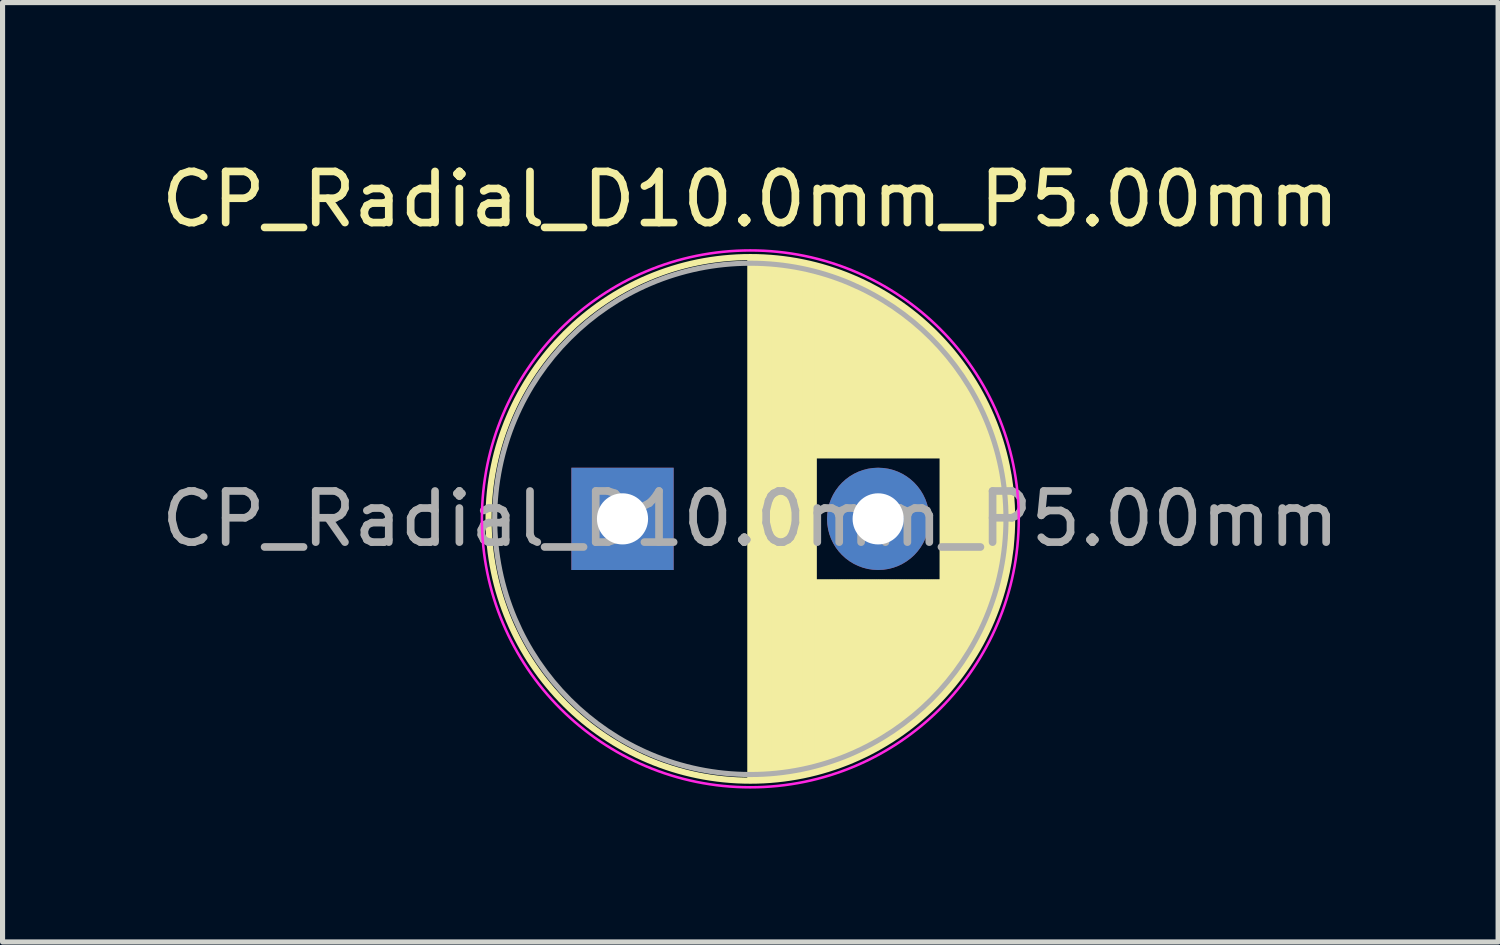
<source format=kicad_pcb>
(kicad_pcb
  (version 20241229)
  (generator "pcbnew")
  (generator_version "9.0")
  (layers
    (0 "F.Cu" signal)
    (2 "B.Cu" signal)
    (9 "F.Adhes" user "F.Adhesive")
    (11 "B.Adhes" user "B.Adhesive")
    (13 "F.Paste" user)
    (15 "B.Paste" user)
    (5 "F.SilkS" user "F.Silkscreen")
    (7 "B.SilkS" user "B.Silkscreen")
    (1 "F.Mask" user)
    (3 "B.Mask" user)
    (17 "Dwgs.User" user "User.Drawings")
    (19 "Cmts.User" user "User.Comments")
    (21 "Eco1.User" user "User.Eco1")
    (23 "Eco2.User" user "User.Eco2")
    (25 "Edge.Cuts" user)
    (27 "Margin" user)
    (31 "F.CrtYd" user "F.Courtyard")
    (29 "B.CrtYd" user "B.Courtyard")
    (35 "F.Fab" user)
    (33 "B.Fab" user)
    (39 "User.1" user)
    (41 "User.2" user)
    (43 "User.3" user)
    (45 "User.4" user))
  (footprint "CP_Radial_D10.0mm_P5.00mm"
    (layer "F.Cu")
    (at 9.125 7.098)
    (property "Reference" "CP_Radial_D10.0mm_P5.00mm" (at 2.5 -6.25 0) (layer "F.SilkS") (effects (font (size 1 1) (thickness 0.15))))
    (attr through_hole)
    (fp_line (start 2.5 -5.08) (end 2.5 5.08) (stroke (width 0.12) (type solid)) (layer "F.SilkS"))
    (fp_line (start 2.54 -5.08) (end 2.54 5.08) (stroke (width 0.12) (type solid)) (layer "F.SilkS"))
    (fp_line (start 2.58 -5.08) (end 2.58 5.08) (stroke (width 0.12) (type solid)) (layer "F.SilkS"))
    (fp_line (start 2.62 -5.079) (end 2.62 5.079) (stroke (width 0.12) (type solid)) (layer "F.SilkS"))
    (fp_line (start 2.66 -5.078) (end 2.66 5.078) (stroke (width 0.12) (type solid)) (layer "F.SilkS"))
    (fp_line (start 2.7 -5.077) (end 2.7 5.077) (stroke (width 0.12) (type solid)) (layer "F.SilkS"))
    (fp_line (start 2.74 -5.075) (end 2.74 5.075) (stroke (width 0.12) (type solid)) (layer "F.SilkS"))
    (fp_line (start 2.78 -5.073) (end 2.78 5.073) (stroke (width 0.12) (type solid)) (layer "F.SilkS"))
    (fp_line (start 2.82 -5.07) (end 2.82 5.07) (stroke (width 0.12) (type solid)) (layer "F.SilkS"))
    (fp_line (start 2.86 -5.068) (end 2.86 5.068) (stroke (width 0.12) (type solid)) (layer "F.SilkS"))
    (fp_line (start 2.9 -5.065) (end 2.9 5.065) (stroke (width 0.12) (type solid)) (layer "F.SilkS"))
    (fp_line (start 2.94 -5.062) (end 2.94 5.062) (stroke (width 0.12) (type solid)) (layer "F.SilkS"))
    (fp_line (start 2.98 -5.058) (end 2.98 5.058) (stroke (width 0.12) (type solid)) (layer "F.SilkS"))
    (fp_line (start 3.02 -5.054) (end 3.02 5.054) (stroke (width 0.12) (type solid)) (layer "F.SilkS"))
    (fp_line (start 3.06 -5.05) (end 3.06 5.05) (stroke (width 0.12) (type solid)) (layer "F.SilkS"))
    (fp_line (start 3.1 -5.045) (end 3.1 5.045) (stroke (width 0.12) (type solid)) (layer "F.SilkS"))
    (fp_line (start 3.14 -5.04) (end 3.14 5.04) (stroke (width 0.12) (type solid)) (layer "F.SilkS"))
    (fp_line (start 3.18 -5.035) (end 3.18 5.035) (stroke (width 0.12) (type solid)) (layer "F.SilkS"))
    (fp_line (start 3.221 -5.03) (end 3.221 5.03) (stroke (width 0.12) (type solid)) (layer "F.SilkS"))
    (fp_line (start 3.261 -5.024) (end 3.261 5.024) (stroke (width 0.12) (type solid)) (layer "F.SilkS"))
    (fp_line (start 3.301 -5.018) (end 3.301 5.018) (stroke (width 0.12) (type solid)) (layer "F.SilkS"))
    (fp_line (start 3.341 -5.011) (end 3.341 5.011) (stroke (width 0.12) (type solid)) (layer "F.SilkS"))
    (fp_line (start 3.381 -5.004) (end 3.381 5.004) (stroke (width 0.12) (type solid)) (layer "F.SilkS"))
    (fp_line (start 3.421 -4.997) (end 3.421 4.997) (stroke (width 0.12) (type solid)) (layer "F.SilkS"))
    (fp_line (start 3.461 -4.99) (end 3.461 4.99) (stroke (width 0.12) (type solid)) (layer "F.SilkS"))
    (fp_line (start 3.501 -4.982) (end 3.501 4.982) (stroke (width 0.12) (type solid)) (layer "F.SilkS"))
    (fp_line (start 3.541 -4.974) (end 3.541 4.974) (stroke (width 0.12) (type solid)) (layer "F.SilkS"))
    (fp_line (start 3.581 -4.965) (end 3.581 4.965) (stroke (width 0.12) (type solid)) (layer "F.SilkS"))
    (fp_line (start 3.621 -4.956) (end 3.621 4.956) (stroke (width 0.12) (type solid)) (layer "F.SilkS"))
    (fp_line (start 3.661 -4.947) (end 3.661 4.947) (stroke (width 0.12) (type solid)) (layer "F.SilkS"))
    (fp_line (start 3.701 -4.938) (end 3.701 4.938) (stroke (width 0.12) (type solid)) (layer "F.SilkS"))
    (fp_line (start 3.741 -4.928) (end 3.741 4.928) (stroke (width 0.12) (type solid)) (layer "F.SilkS"))
    (fp_line (start 3.781 -4.918) (end 3.781 -1.241) (stroke (width 0.12) (type solid)) (layer "F.SilkS"))
    (fp_line (start 3.781 1.241) (end 3.781 4.918) (stroke (width 0.12) (type solid)) (layer "F.SilkS"))
    (fp_line (start 3.821 -4.907) (end 3.821 -1.241) (stroke (width 0.12) (type solid)) (layer "F.SilkS"))
    (fp_line (start 3.821 1.241) (end 3.821 4.907) (stroke (width 0.12) (type solid)) (layer "F.SilkS"))
    (fp_line (start 3.861 -4.897) (end 3.861 -1.241) (stroke (width 0.12) (type solid)) (layer "F.SilkS"))
    (fp_line (start 3.861 1.241) (end 3.861 4.897) (stroke (width 0.12) (type solid)) (layer "F.SilkS"))
    (fp_line (start 3.901 -4.885) (end 3.901 -1.241) (stroke (width 0.12) (type solid)) (layer "F.SilkS"))
    (fp_line (start 3.901 1.241) (end 3.901 4.885) (stroke (width 0.12) (type solid)) (layer "F.SilkS"))
    (fp_line (start 3.941 -4.874) (end 3.941 -1.241) (stroke (width 0.12) (type solid)) (layer "F.SilkS"))
    (fp_line (start 3.941 1.241) (end 3.941 4.874) (stroke (width 0.12) (type solid)) (layer "F.SilkS"))
    (fp_line (start 3.981 -4.862) (end 3.981 -1.241) (stroke (width 0.12) (type solid)) (layer "F.SilkS"))
    (fp_line (start 3.981 1.241) (end 3.981 4.862) (stroke (width 0.12) (type solid)) (layer "F.SilkS"))
    (fp_line (start 4.021 -4.85) (end 4.021 -1.241) (stroke (width 0.12) (type solid)) (layer "F.SilkS"))
    (fp_line (start 4.021 1.241) (end 4.021 4.85) (stroke (width 0.12) (type solid)) (layer "F.SilkS"))
    (fp_line (start 4.061 -4.837) (end 4.061 -1.241) (stroke (width 0.12) (type solid)) (layer "F.SilkS"))
    (fp_line (start 4.061 1.241) (end 4.061 4.837) (stroke (width 0.12) (type solid)) (layer "F.SilkS"))
    (fp_line (start 4.101 -4.824) (end 4.101 -1.241) (stroke (width 0.12) (type solid)) (layer "F.SilkS"))
    (fp_line (start 4.101 1.241) (end 4.101 4.824) (stroke (width 0.12) (type solid)) (layer "F.SilkS"))
    (fp_line (start 4.141 -4.811) (end 4.141 -1.241) (stroke (width 0.12) (type solid)) (layer "F.SilkS"))
    (fp_line (start 4.141 1.241) (end 4.141 4.811) (stroke (width 0.12) (type solid)) (layer "F.SilkS"))
    (fp_line (start 4.181 -4.797) (end 4.181 -1.241) (stroke (width 0.12) (type solid)) (layer "F.SilkS"))
    (fp_line (start 4.181 1.241) (end 4.181 4.797) (stroke (width 0.12) (type solid)) (layer "F.SilkS"))
    (fp_line (start 4.221 -4.783) (end 4.221 -1.241) (stroke (width 0.12) (type solid)) (layer "F.SilkS"))
    (fp_line (start 4.221 1.241) (end 4.221 4.783) (stroke (width 0.12) (type solid)) (layer "F.SilkS"))
    (fp_line (start 4.261 -4.768) (end 4.261 -1.241) (stroke (width 0.12) (type solid)) (layer "F.SilkS"))
    (fp_line (start 4.261 1.241) (end 4.261 4.768) (stroke (width 0.12) (type solid)) (layer "F.SilkS"))
    (fp_line (start 4.301 -4.754) (end 4.301 -1.241) (stroke (width 0.12) (type solid)) (layer "F.SilkS"))
    (fp_line (start 4.301 1.241) (end 4.301 4.754) (stroke (width 0.12) (type solid)) (layer "F.SilkS"))
    (fp_line (start 4.341 -4.738) (end 4.341 -1.241) (stroke (width 0.12) (type solid)) (layer "F.SilkS"))
    (fp_line (start 4.341 1.241) (end 4.341 4.738) (stroke (width 0.12) (type solid)) (layer "F.SilkS"))
    (fp_line (start 4.381 -4.723) (end 4.381 -1.241) (stroke (width 0.12) (type solid)) (layer "F.SilkS"))
    (fp_line (start 4.381 1.241) (end 4.381 4.723) (stroke (width 0.12) (type solid)) (layer "F.SilkS"))
    (fp_line (start 4.421 -4.707) (end 4.421 -1.241) (stroke (width 0.12) (type solid)) (layer "F.SilkS"))
    (fp_line (start 4.421 1.241) (end 4.421 4.707) (stroke (width 0.12) (type solid)) (layer "F.SilkS"))
    (fp_line (start 4.461 -4.69) (end 4.461 -1.241) (stroke (width 0.12) (type solid)) (layer "F.SilkS"))
    (fp_line (start 4.461 1.241) (end 4.461 4.69) (stroke (width 0.12) (type solid)) (layer "F.SilkS"))
    (fp_line (start 4.501 -4.674) (end 4.501 -1.241) (stroke (width 0.12) (type solid)) (layer "F.SilkS"))
    (fp_line (start 4.501 1.241) (end 4.501 4.674) (stroke (width 0.12) (type solid)) (layer "F.SilkS"))
    (fp_line (start 4.541 -4.657) (end 4.541 -1.241) (stroke (width 0.12) (type solid)) (layer "F.SilkS"))
    (fp_line (start 4.541 1.241) (end 4.541 4.657) (stroke (width 0.12) (type solid)) (layer "F.SilkS"))
    (fp_line (start 4.581 -4.639) (end 4.581 -1.241) (stroke (width 0.12) (type solid)) (layer "F.SilkS"))
    (fp_line (start 4.581 1.241) (end 4.581 4.639) (stroke (width 0.12) (type solid)) (layer "F.SilkS"))
    (fp_line (start 4.621 -4.621) (end 4.621 -1.241) (stroke (width 0.12) (type solid)) (layer "F.SilkS"))
    (fp_line (start 4.621 1.241) (end 4.621 4.621) (stroke (width 0.12) (type solid)) (layer "F.SilkS"))
    (fp_line (start 4.661 -4.603) (end 4.661 -1.241) (stroke (width 0.12) (type solid)) (layer "F.SilkS"))
    (fp_line (start 4.661 1.241) (end 4.661 4.603) (stroke (width 0.12) (type solid)) (layer "F.SilkS"))
    (fp_line (start 4.701 -4.584) (end 4.701 -1.241) (stroke (width 0.12) (type solid)) (layer "F.SilkS"))
    (fp_line (start 4.701 1.241) (end 4.701 4.584) (stroke (width 0.12) (type solid)) (layer "F.SilkS"))
    (fp_line (start 4.741 -4.564) (end 4.741 -1.241) (stroke (width 0.12) (type solid)) (layer "F.SilkS"))
    (fp_line (start 4.741 1.241) (end 4.741 4.564) (stroke (width 0.12) (type solid)) (layer "F.SilkS"))
    (fp_line (start 4.781 -4.545) (end 4.781 -1.241) (stroke (width 0.12) (type solid)) (layer "F.SilkS"))
    (fp_line (start 4.781 1.241) (end 4.781 4.545) (stroke (width 0.12) (type solid)) (layer "F.SilkS"))
    (fp_line (start 4.821 -4.525) (end 4.821 -1.241) (stroke (width 0.12) (type solid)) (layer "F.SilkS"))
    (fp_line (start 4.821 1.241) (end 4.821 4.525) (stroke (width 0.12) (type solid)) (layer "F.SilkS"))
    (fp_line (start 4.861 -4.504) (end 4.861 -1.241) (stroke (width 0.12) (type solid)) (layer "F.SilkS"))
    (fp_line (start 4.861 1.241) (end 4.861 4.504) (stroke (width 0.12) (type solid)) (layer "F.SilkS"))
    (fp_line (start 4.901 -4.483) (end 4.901 -1.241) (stroke (width 0.12) (type solid)) (layer "F.SilkS"))
    (fp_line (start 4.901 1.241) (end 4.901 4.483) (stroke (width 0.12) (type solid)) (layer "F.SilkS"))
    (fp_line (start 4.941 -4.462) (end 4.941 -1.241) (stroke (width 0.12) (type solid)) (layer "F.SilkS"))
    (fp_line (start 4.941 1.241) (end 4.941 4.462) (stroke (width 0.12) (type solid)) (layer "F.SilkS"))
    (fp_line (start 4.981 -4.44) (end 4.981 -1.241) (stroke (width 0.12) (type solid)) (layer "F.SilkS"))
    (fp_line (start 4.981 1.241) (end 4.981 4.44) (stroke (width 0.12) (type solid)) (layer "F.SilkS"))
    (fp_line (start 5.021 -4.417) (end 5.021 -1.241) (stroke (width 0.12) (type solid)) (layer "F.SilkS"))
    (fp_line (start 5.021 1.241) (end 5.021 4.417) (stroke (width 0.12) (type solid)) (layer "F.SilkS"))
    (fp_line (start 5.061 -4.395) (end 5.061 -1.241) (stroke (width 0.12) (type solid)) (layer "F.SilkS"))
    (fp_line (start 5.061 1.241) (end 5.061 4.395) (stroke (width 0.12) (type solid)) (layer "F.SilkS"))
    (fp_line (start 5.101 -4.371) (end 5.101 -1.241) (stroke (width 0.12) (type solid)) (layer "F.SilkS"))
    (fp_line (start 5.101 1.241) (end 5.101 4.371) (stroke (width 0.12) (type solid)) (layer "F.SilkS"))
    (fp_line (start 5.141 -4.347) (end 5.141 -1.241) (stroke (width 0.12) (type solid)) (layer "F.SilkS"))
    (fp_line (start 5.141 1.241) (end 5.141 4.347) (stroke (width 0.12) (type solid)) (layer "F.SilkS"))
    (fp_line (start 5.181 -4.323) (end 5.181 -1.241) (stroke (width 0.12) (type solid)) (layer "F.SilkS"))
    (fp_line (start 5.181 1.241) (end 5.181 4.323) (stroke (width 0.12) (type solid)) (layer "F.SilkS"))
    (fp_line (start 5.221 -4.298) (end 5.221 -1.241) (stroke (width 0.12) (type solid)) (layer "F.SilkS"))
    (fp_line (start 5.221 1.241) (end 5.221 4.298) (stroke (width 0.12) (type solid)) (layer "F.SilkS"))
    (fp_line (start 5.261 -4.273) (end 5.261 -1.241) (stroke (width 0.12) (type solid)) (layer "F.SilkS"))
    (fp_line (start 5.261 1.241) (end 5.261 4.273) (stroke (width 0.12) (type solid)) (layer "F.SilkS"))
    (fp_line (start 5.301 -4.247) (end 5.301 -1.241) (stroke (width 0.12) (type solid)) (layer "F.SilkS"))
    (fp_line (start 5.301 1.241) (end 5.301 4.247) (stroke (width 0.12) (type solid)) (layer "F.SilkS"))
    (fp_line (start 5.341 -4.221) (end 5.341 -1.241) (stroke (width 0.12) (type solid)) (layer "F.SilkS"))
    (fp_line (start 5.341 1.241) (end 5.341 4.221) (stroke (width 0.12) (type solid)) (layer "F.SilkS"))
    (fp_line (start 5.381 -4.194) (end 5.381 -1.241) (stroke (width 0.12) (type solid)) (layer "F.SilkS"))
    (fp_line (start 5.381 1.241) (end 5.381 4.194) (stroke (width 0.12) (type solid)) (layer "F.SilkS"))
    (fp_line (start 5.421 -4.166) (end 5.421 -1.241) (stroke (width 0.12) (type solid)) (layer "F.SilkS"))
    (fp_line (start 5.421 1.241) (end 5.421 4.166) (stroke (width 0.12) (type solid)) (layer "F.SilkS"))
    (fp_line (start 5.461 -4.138) (end 5.461 -1.241) (stroke (width 0.12) (type solid)) (layer "F.SilkS"))
    (fp_line (start 5.461 1.241) (end 5.461 4.138) (stroke (width 0.12) (type solid)) (layer "F.SilkS"))
    (fp_line (start 5.501 -4.11) (end 5.501 -1.241) (stroke (width 0.12) (type solid)) (layer "F.SilkS"))
    (fp_line (start 5.501 1.241) (end 5.501 4.11) (stroke (width 0.12) (type solid)) (layer "F.SilkS"))
    (fp_line (start 5.541 -4.08) (end 5.541 -1.241) (stroke (width 0.12) (type solid)) (layer "F.SilkS"))
    (fp_line (start 5.541 1.241) (end 5.541 4.08) (stroke (width 0.12) (type solid)) (layer "F.SilkS"))
    (fp_line (start 5.581 -4.05) (end 5.581 -1.241) (stroke (width 0.12) (type solid)) (layer "F.SilkS"))
    (fp_line (start 5.581 1.241) (end 5.581 4.05) (stroke (width 0.12) (type solid)) (layer "F.SilkS"))
    (fp_line (start 5.621 -4.02) (end 5.621 -1.241) (stroke (width 0.12) (type solid)) (layer "F.SilkS"))
    (fp_line (start 5.621 1.241) (end 5.621 4.02) (stroke (width 0.12) (type solid)) (layer "F.SilkS"))
    (fp_line (start 5.661 -3.989) (end 5.661 -1.241) (stroke (width 0.12) (type solid)) (layer "F.SilkS"))
    (fp_line (start 5.661 1.241) (end 5.661 3.989) (stroke (width 0.12) (type solid)) (layer "F.SilkS"))
    (fp_line (start 5.701 -3.957) (end 5.701 -1.241) (stroke (width 0.12) (type solid)) (layer "F.SilkS"))
    (fp_line (start 5.701 1.241) (end 5.701 3.957) (stroke (width 0.12) (type solid)) (layer "F.SilkS"))
    (fp_line (start 5.741 -3.925) (end 5.741 -1.241) (stroke (width 0.12) (type solid)) (layer "F.SilkS"))
    (fp_line (start 5.741 1.241) (end 5.741 3.925) (stroke (width 0.12) (type solid)) (layer "F.SilkS"))
    (fp_line (start 5.781 -3.892) (end 5.781 -1.241) (stroke (width 0.12) (type solid)) (layer "F.SilkS"))
    (fp_line (start 5.781 1.241) (end 5.781 3.892) (stroke (width 0.12) (type solid)) (layer "F.SilkS"))
    (fp_line (start 5.821 -3.858) (end 5.821 -1.241) (stroke (width 0.12) (type solid)) (layer "F.SilkS"))
    (fp_line (start 5.821 1.241) (end 5.821 3.858) (stroke (width 0.12) (type solid)) (layer "F.SilkS"))
    (fp_line (start 5.861 -3.824) (end 5.861 -1.241) (stroke (width 0.12) (type solid)) (layer "F.SilkS"))
    (fp_line (start 5.861 1.241) (end 5.861 3.824) (stroke (width 0.12) (type solid)) (layer "F.SilkS"))
    (fp_line (start 5.901 -3.789) (end 5.901 -1.241) (stroke (width 0.12) (type solid)) (layer "F.SilkS"))
    (fp_line (start 5.901 1.241) (end 5.901 3.789) (stroke (width 0.12) (type solid)) (layer "F.SilkS"))
    (fp_line (start 5.941 -3.753) (end 5.941 -1.241) (stroke (width 0.12) (type solid)) (layer "F.SilkS"))
    (fp_line (start 5.941 1.241) (end 5.941 3.753) (stroke (width 0.12) (type solid)) (layer "F.SilkS"))
    (fp_line (start 5.981 -3.716) (end 5.981 -1.241) (stroke (width 0.12) (type solid)) (layer "F.SilkS"))
    (fp_line (start 5.981 1.241) (end 5.981 3.716) (stroke (width 0.12) (type solid)) (layer "F.SilkS"))
    (fp_line (start 6.021 -3.679) (end 6.021 -1.241) (stroke (width 0.12) (type solid)) (layer "F.SilkS"))
    (fp_line (start 6.021 1.241) (end 6.021 3.679) (stroke (width 0.12) (type solid)) (layer "F.SilkS"))
    (fp_line (start 6.061 -3.64) (end 6.061 -1.241) (stroke (width 0.12) (type solid)) (layer "F.SilkS"))
    (fp_line (start 6.061 1.241) (end 6.061 3.64) (stroke (width 0.12) (type solid)) (layer "F.SilkS"))
    (fp_line (start 6.101 -3.601) (end 6.101 -1.241) (stroke (width 0.12) (type solid)) (layer "F.SilkS"))
    (fp_line (start 6.101 1.241) (end 6.101 3.601) (stroke (width 0.12) (type solid)) (layer "F.SilkS"))
    (fp_line (start 6.141 -3.561) (end 6.141 -1.241) (stroke (width 0.12) (type solid)) (layer "F.SilkS"))
    (fp_line (start 6.141 1.241) (end 6.141 3.561) (stroke (width 0.12) (type solid)) (layer "F.SilkS"))
    (fp_line (start 6.181 -3.52) (end 6.181 -1.241) (stroke (width 0.12) (type solid)) (layer "F.SilkS"))
    (fp_line (start 6.181 1.241) (end 6.181 3.52) (stroke (width 0.12) (type solid)) (layer "F.SilkS"))
    (fp_line (start 6.221 -3.478) (end 6.221 -1.241) (stroke (width 0.12) (type solid)) (layer "F.SilkS"))
    (fp_line (start 6.221 1.241) (end 6.221 3.478) (stroke (width 0.12) (type solid)) (layer "F.SilkS"))
    (fp_line (start 6.261 -3.436) (end 6.261 3.436) (stroke (width 0.12) (type solid)) (layer "F.SilkS"))
    (fp_line (start 6.301 -3.392) (end 6.301 3.392) (stroke (width 0.12) (type solid)) (layer "F.SilkS"))
    (fp_line (start 6.341 -3.347) (end 6.341 3.347) (stroke (width 0.12) (type solid)) (layer "F.SilkS"))
    (fp_line (start 6.381 -3.301) (end 6.381 3.301) (stroke (width 0.12) (type solid)) (layer "F.SilkS"))
    (fp_line (start 6.421 -3.254) (end 6.421 3.254) (stroke (width 0.12) (type solid)) (layer "F.SilkS"))
    (fp_line (start 6.461 -3.206) (end 6.461 3.206) (stroke (width 0.12) (type solid)) (layer "F.SilkS"))
    (fp_line (start 6.501 -3.156) (end 6.501 3.156) (stroke (width 0.12) (type solid)) (layer "F.SilkS"))
    (fp_line (start 6.541 -3.106) (end 6.541 3.106) (stroke (width 0.12) (type solid)) (layer "F.SilkS"))
    (fp_line (start 6.581 -3.054) (end 6.581 3.054) (stroke (width 0.12) (type solid)) (layer "F.SilkS"))
    (fp_line (start 6.621 -3) (end 6.621 3) (stroke (width 0.12) (type solid)) (layer "F.SilkS"))
    (fp_line (start 6.661 -2.945) (end 6.661 2.945) (stroke (width 0.12) (type solid)) (layer "F.SilkS"))
    (fp_line (start 6.701 -2.889) (end 6.701 2.889) (stroke (width 0.12) (type solid)) (layer "F.SilkS"))
    (fp_line (start 6.741 -2.83) (end 6.741 2.83) (stroke (width 0.12) (type solid)) (layer "F.SilkS"))
    (fp_line (start 6.781 -2.77) (end 6.781 2.77) (stroke (width 0.12) (type solid)) (layer "F.SilkS"))
    (fp_line (start 6.821 -2.709) (end 6.821 2.709) (stroke (width 0.12) (type solid)) (layer "F.SilkS"))
    (fp_line (start 6.861 -2.645) (end 6.861 2.645) (stroke (width 0.12) (type solid)) (layer "F.SilkS"))
    (fp_line (start 6.901 -2.579) (end 6.901 2.579) (stroke (width 0.12) (type solid)) (layer "F.SilkS"))
    (fp_line (start 6.941 -2.51) (end 6.941 2.51) (stroke (width 0.12) (type solid)) (layer "F.SilkS"))
    (fp_line (start 6.981 -2.439) (end 6.981 2.439) (stroke (width 0.12) (type solid)) (layer "F.SilkS"))
    (fp_line (start 7.021 -2.365) (end 7.021 2.365) (stroke (width 0.12) (type solid)) (layer "F.SilkS"))
    (fp_line (start 7.061 -2.289) (end 7.061 2.289) (stroke (width 0.12) (type solid)) (layer "F.SilkS"))
    (fp_line (start 7.101 -2.209) (end 7.101 2.209) (stroke (width 0.12) (type solid)) (layer "F.SilkS"))
    (fp_line (start 7.141 -2.125) (end 7.141 2.125) (stroke (width 0.12) (type solid)) (layer "F.SilkS"))
    (fp_line (start 7.181 -2.037) (end 7.181 2.037) (stroke (width 0.12) (type solid)) (layer "F.SilkS"))
    (fp_line (start 7.221 -1.944) (end 7.221 1.944) (stroke (width 0.12) (type solid)) (layer "F.SilkS"))
    (fp_line (start 7.261 -1.846) (end 7.261 1.846) (stroke (width 0.12) (type solid)) (layer "F.SilkS"))
    (fp_line (start 7.301 -1.742) (end 7.301 1.742) (stroke (width 0.12) (type solid)) (layer "F.SilkS"))
    (fp_line (start 7.341 -1.63) (end 7.341 1.63) (stroke (width 0.12) (type solid)) (layer "F.SilkS"))
    (fp_line (start 7.381 -1.51) (end 7.381 1.51) (stroke (width 0.12) (type solid)) (layer "F.SilkS"))
    (fp_line (start 7.421 -1.378) (end 7.421 1.378) (stroke (width 0.12) (type solid)) (layer "F.SilkS"))
    (fp_line (start 7.461 -1.23) (end 7.461 1.23) (stroke (width 0.12) (type solid)) (layer "F.SilkS"))
    (fp_line (start 7.501 -1.062) (end 7.501 1.062) (stroke (width 0.12) (type solid)) (layer "F.SilkS"))
    (fp_line (start 7.541 -0.862) (end 7.541 0.862) (stroke (width 0.12) (type solid)) (layer "F.SilkS"))
    (fp_line (start 7.581 -0.599) (end 7.581 0.599) (stroke (width 0.12) (type solid)) (layer "F.SilkS"))
    (fp_circle (center 2.5 0) (end 7.62 0) (stroke (width 0.12) (type solid)) (fill no) (layer "F.SilkS"))
    (fp_circle (center 2.5 0) (end 7.75 0) (stroke (width 0.05) (type solid)) (fill no) (layer "F.CrtYd"))
    (fp_circle (center 2.5 0) (end 7.5 0) (stroke (width 0.1) (type solid)) (fill no) (layer "F.Fab"))
    (fp_text user "${REFERENCE}" (at 2.5 0 0) (layer "F.Fab") (effects (font (size 1 1) (thickness 0.15))))
    (pad "1" thru_hole rect (at 0 0) (size 2 2) (drill 1) (layers "*.Cu" "*.Mask"))
    (pad "2" thru_hole circle (at 5 0) (size 2 2) (drill 1) (layers "*.Cu" "*.Mask")))
  (gr_rect
    (start -3 -3)
    (end 26.25 15.373)
    (stroke (width 0.1) (type default))
    (fill no)
    (layer "Edge.Cuts")))
</source>
